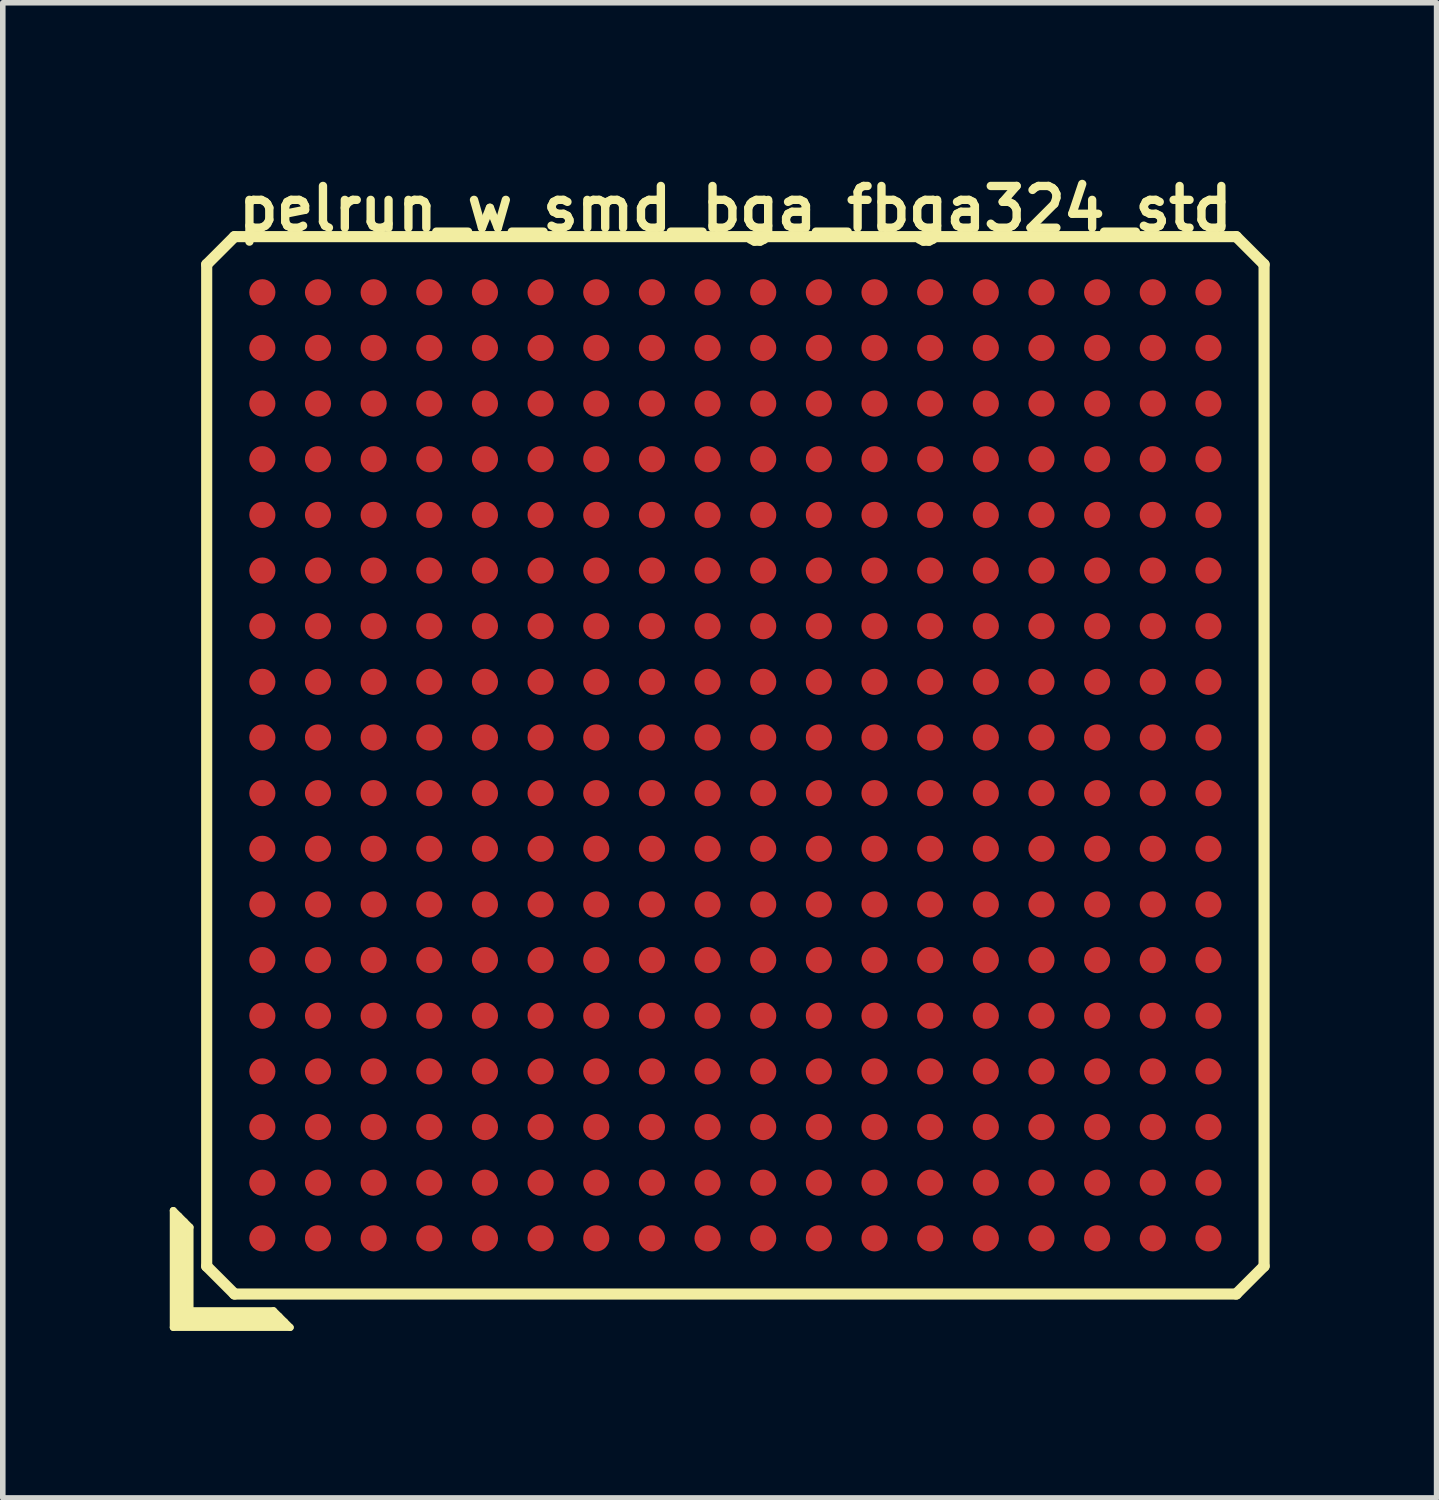
<source format=kicad_pcb>
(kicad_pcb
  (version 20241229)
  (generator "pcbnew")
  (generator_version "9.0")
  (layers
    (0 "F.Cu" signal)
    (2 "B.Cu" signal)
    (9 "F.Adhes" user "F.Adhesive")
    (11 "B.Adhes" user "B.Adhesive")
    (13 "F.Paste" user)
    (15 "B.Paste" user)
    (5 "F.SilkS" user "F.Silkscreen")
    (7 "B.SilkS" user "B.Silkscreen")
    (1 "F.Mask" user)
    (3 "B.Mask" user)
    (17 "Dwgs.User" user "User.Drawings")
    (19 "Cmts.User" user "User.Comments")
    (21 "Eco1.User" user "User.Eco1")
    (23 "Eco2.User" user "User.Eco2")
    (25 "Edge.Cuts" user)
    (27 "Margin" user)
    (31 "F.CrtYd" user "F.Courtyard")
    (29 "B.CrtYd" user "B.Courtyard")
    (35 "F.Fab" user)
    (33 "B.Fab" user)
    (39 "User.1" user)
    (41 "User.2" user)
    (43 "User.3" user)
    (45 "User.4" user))
  (footprint "pelrun_w_smd_bga_fbga324_std"
    (layer "F.Cu")
    (at 10.164 10.702)
    (property "Reference" "pelrun_w_smd_bga_fbga324_std" (at 0 -10 0) (layer "F.SilkS") (effects (font (size 0.75 0.75) (thickness 0.15))))
    (attr through_hole)
    (fp_line (start -10.1 8) (end -10.1 10.1) (stroke (width 0.127) (type solid)) (layer "F.SilkS"))
    (fp_line (start -10.1 10.1) (end -8 10.1) (stroke (width 0.127) (type solid)) (layer "F.SilkS"))
    (fp_line (start -10 10) (end -10 8.1) (stroke (width 0.127) (type solid)) (layer "F.SilkS"))
    (fp_line (start -9.9 8.2) (end -9.9 9.9) (stroke (width 0.127) (type solid)) (layer "F.SilkS"))
    (fp_line (start -9.9 9.9) (end -8.2 9.9) (stroke (width 0.127) (type solid)) (layer "F.SilkS"))
    (fp_line (start -9.8 8.3) (end -10.1 8) (stroke (width 0.127) (type solid)) (layer "F.SilkS"))
    (fp_line (start -9.8 9.8) (end -9.8 8.3) (stroke (width 0.127) (type solid)) (layer "F.SilkS"))
    (fp_line (start -9.5 -9) (end -9.5 9) (stroke (width 0.2) (type solid)) (layer "F.SilkS"))
    (fp_line (start -9.5 -9) (end -9 -9.5) (stroke (width 0.2) (type solid)) (layer "F.SilkS"))
    (fp_line (start -9 9.5) (end -9.5 9) (stroke (width 0.2) (type solid)) (layer "F.SilkS"))
    (fp_line (start -9 9.5) (end 9 9.5) (stroke (width 0.2) (type solid)) (layer "F.SilkS"))
    (fp_line (start -8.3 9.8) (end -9.8 9.8) (stroke (width 0.127) (type solid)) (layer "F.SilkS"))
    (fp_line (start -8.1 10) (end -10 10) (stroke (width 0.127) (type solid)) (layer "F.SilkS"))
    (fp_line (start -8 10.1) (end -8.3 9.8) (stroke (width 0.127) (type solid)) (layer "F.SilkS"))
    (fp_line (start 9 -9.5) (end -9 -9.5) (stroke (width 0.2) (type solid)) (layer "F.SilkS"))
    (fp_line (start 9 -9.5) (end 9.5 -9) (stroke (width 0.2) (type solid)) (layer "F.SilkS"))
    (fp_line (start 9.5 9) (end 9 9.5) (stroke (width 0.2) (type solid)) (layer "F.SilkS"))
    (fp_line (start 9.5 9) (end 9.5 -9) (stroke (width 0.2) (type solid)) (layer "F.SilkS"))
    (pad "A1" smd circle (at -8.5 8.5 90) (size 0.47 0.47) (layers "F.Cu" "F.Mask" "F.Paste"))
    (pad "A2" smd circle (at -8.5 7.5 90) (size 0.47 0.47) (layers "F.Cu" "F.Mask" "F.Paste"))
    (pad "A3" smd circle (at -8.5 6.5 90) (size 0.47 0.47) (layers "F.Cu" "F.Mask" "F.Paste"))
    (pad "A4" smd circle (at -8.5 5.5 90) (size 0.47 0.47) (layers "F.Cu" "F.Mask" "F.Paste"))
    (pad "A5" smd circle (at -8.5 4.5 90) (size 0.47 0.47) (layers "F.Cu" "F.Mask" "F.Paste"))
    (pad "A6" smd circle (at -8.5 3.5 90) (size 0.47 0.47) (layers "F.Cu" "F.Mask" "F.Paste"))
    (pad "A7" smd circle (at -8.5 2.5 90) (size 0.47 0.47) (layers "F.Cu" "F.Mask" "F.Paste"))
    (pad "A8" smd circle (at -8.5 1.5 90) (size 0.47 0.47) (layers "F.Cu" "F.Mask" "F.Paste"))
    (pad "A9" smd circle (at -8.5 0.5 90) (size 0.47 0.47) (layers "F.Cu" "F.Mask" "F.Paste"))
    (pad "A10" smd circle (at -8.5 -0.5 90) (size 0.47 0.47) (layers "F.Cu" "F.Mask" "F.Paste"))
    (pad "A11" smd circle (at -8.5 -1.5 90) (size 0.47 0.47) (layers "F.Cu" "F.Mask" "F.Paste"))
    (pad "A12" smd circle (at -8.5 -2.5 90) (size 0.47 0.47) (layers "F.Cu" "F.Mask" "F.Paste"))
    (pad "A13" smd circle (at -8.5 -3.5 90) (size 0.47 0.47) (layers "F.Cu" "F.Mask" "F.Paste"))
    (pad "A14" smd circle (at -8.5 -4.5 90) (size 0.47 0.47) (layers "F.Cu" "F.Mask" "F.Paste"))
    (pad "A15" smd circle (at -8.5 -5.5 90) (size 0.47 0.47) (layers "F.Cu" "F.Mask" "F.Paste"))
    (pad "A16" smd circle (at -8.5 -6.5 90) (size 0.47 0.47) (layers "F.Cu" "F.Mask" "F.Paste"))
    (pad "A17" smd circle (at -8.5 -7.5 90) (size 0.47 0.47) (layers "F.Cu" "F.Mask" "F.Paste"))
    (pad "A18" smd circle (at -8.5 -8.5 90) (size 0.47 0.47) (layers "F.Cu" "F.Mask" "F.Paste"))
    (pad "B1" smd circle (at -7.5 8.5 90) (size 0.47 0.47) (layers "F.Cu" "F.Mask" "F.Paste"))
    (pad "B2" smd circle (at -7.5 7.5 90) (size 0.47 0.47) (layers "F.Cu" "F.Mask" "F.Paste"))
    (pad "B3" smd circle (at -7.5 6.5 90) (size 0.47 0.47) (layers "F.Cu" "F.Mask" "F.Paste"))
    (pad "B4" smd circle (at -7.5 5.5 90) (size 0.47 0.47) (layers "F.Cu" "F.Mask" "F.Paste"))
    (pad "B5" smd circle (at -7.5 4.5 90) (size 0.47 0.47) (layers "F.Cu" "F.Mask" "F.Paste"))
    (pad "B6" smd circle (at -7.5 3.5 90) (size 0.47 0.47) (layers "F.Cu" "F.Mask" "F.Paste"))
    (pad "B7" smd circle (at -7.5 2.5 90) (size 0.47 0.47) (layers "F.Cu" "F.Mask" "F.Paste"))
    (pad "B8" smd circle (at -7.5 1.5 90) (size 0.47 0.47) (layers "F.Cu" "F.Mask" "F.Paste"))
    (pad "B9" smd circle (at -7.5 0.5 90) (size 0.47 0.47) (layers "F.Cu" "F.Mask" "F.Paste"))
    (pad "B10" smd circle (at -7.5 -0.5 90) (size 0.47 0.47) (layers "F.Cu" "F.Mask" "F.Paste"))
    (pad "B11" smd circle (at -7.5 -1.5 90) (size 0.47 0.47) (layers "F.Cu" "F.Mask" "F.Paste"))
    (pad "B12" smd circle (at -7.5 -2.5 90) (size 0.47 0.47) (layers "F.Cu" "F.Mask" "F.Paste"))
    (pad "B13" smd circle (at -7.5 -3.5 90) (size 0.47 0.47) (layers "F.Cu" "F.Mask" "F.Paste"))
    (pad "B14" smd circle (at -7.5 -4.5 90) (size 0.47 0.47) (layers "F.Cu" "F.Mask" "F.Paste"))
    (pad "B15" smd circle (at -7.5 -5.5 90) (size 0.47 0.47) (layers "F.Cu" "F.Mask" "F.Paste"))
    (pad "B16" smd circle (at -7.5 -6.5 90) (size 0.47 0.47) (layers "F.Cu" "F.Mask" "F.Paste"))
    (pad "B17" smd circle (at -7.5 -7.5 90) (size 0.47 0.47) (layers "F.Cu" "F.Mask" "F.Paste"))
    (pad "B18" smd circle (at -7.5 -8.5 90) (size 0.47 0.47) (layers "F.Cu" "F.Mask" "F.Paste"))
    (pad "C1" smd circle (at -6.5 8.5 90) (size 0.47 0.47) (layers "F.Cu" "F.Mask" "F.Paste"))
    (pad "C2" smd circle (at -6.5 7.5 90) (size 0.47 0.47) (layers "F.Cu" "F.Mask" "F.Paste"))
    (pad "C3" smd circle (at -6.5 6.5 90) (size 0.47 0.47) (layers "F.Cu" "F.Mask" "F.Paste"))
    (pad "C4" smd circle (at -6.5 5.5 90) (size 0.47 0.47) (layers "F.Cu" "F.Mask" "F.Paste"))
    (pad "C5" smd circle (at -6.5 4.5 90) (size 0.47 0.47) (layers "F.Cu" "F.Mask" "F.Paste"))
    (pad "C6" smd circle (at -6.5 3.5 90) (size 0.47 0.47) (layers "F.Cu" "F.Mask" "F.Paste"))
    (pad "C7" smd circle (at -6.5 2.5 90) (size 0.47 0.47) (layers "F.Cu" "F.Mask" "F.Paste"))
    (pad "C8" smd circle (at -6.5 1.5 90) (size 0.47 0.47) (layers "F.Cu" "F.Mask" "F.Paste"))
    (pad "C9" smd circle (at -6.5 0.5 90) (size 0.47 0.47) (layers "F.Cu" "F.Mask" "F.Paste"))
    (pad "C10" smd circle (at -6.5 -0.5 90) (size 0.47 0.47) (layers "F.Cu" "F.Mask" "F.Paste"))
    (pad "C11" smd circle (at -6.5 -1.5 90) (size 0.47 0.47) (layers "F.Cu" "F.Mask" "F.Paste"))
    (pad "C12" smd circle (at -6.5 -2.5 90) (size 0.47 0.47) (layers "F.Cu" "F.Mask" "F.Paste"))
    (pad "C13" smd circle (at -6.5 -3.5 90) (size 0.47 0.47) (layers "F.Cu" "F.Mask" "F.Paste"))
    (pad "C14" smd circle (at -6.5 -4.5 90) (size 0.47 0.47) (layers "F.Cu" "F.Mask" "F.Paste"))
    (pad "C15" smd circle (at -6.5 -5.5 90) (size 0.47 0.47) (layers "F.Cu" "F.Mask" "F.Paste"))
    (pad "C16" smd circle (at -6.5 -6.5 90) (size 0.47 0.47) (layers "F.Cu" "F.Mask" "F.Paste"))
    (pad "C17" smd circle (at -6.5 -7.5 90) (size 0.47 0.47) (layers "F.Cu" "F.Mask" "F.Paste"))
    (pad "C18" smd circle (at -6.5 -8.5 90) (size 0.47 0.47) (layers "F.Cu" "F.Mask" "F.Paste"))
    (pad "D1" smd circle (at -5.5 8.5 90) (size 0.47 0.47) (layers "F.Cu" "F.Mask" "F.Paste"))
    (pad "D2" smd circle (at -5.5 7.5 90) (size 0.47 0.47) (layers "F.Cu" "F.Mask" "F.Paste"))
    (pad "D3" smd circle (at -5.5 6.5 90) (size 0.47 0.47) (layers "F.Cu" "F.Mask" "F.Paste"))
    (pad "D4" smd circle (at -5.5 5.5 90) (size 0.47 0.47) (layers "F.Cu" "F.Mask" "F.Paste"))
    (pad "D5" smd circle (at -5.5 4.5 90) (size 0.47 0.47) (layers "F.Cu" "F.Mask" "F.Paste"))
    (pad "D6" smd circle (at -5.5 3.5 90) (size 0.47 0.47) (layers "F.Cu" "F.Mask" "F.Paste"))
    (pad "D7" smd circle (at -5.5 2.5 90) (size 0.47 0.47) (layers "F.Cu" "F.Mask" "F.Paste"))
    (pad "D8" smd circle (at -5.5 1.5 90) (size 0.47 0.47) (layers "F.Cu" "F.Mask" "F.Paste"))
    (pad "D9" smd circle (at -5.5 0.5 90) (size 0.47 0.47) (layers "F.Cu" "F.Mask" "F.Paste"))
    (pad "D10" smd circle (at -5.5 -0.5 90) (size 0.47 0.47) (layers "F.Cu" "F.Mask" "F.Paste"))
    (pad "D11" smd circle (at -5.5 -1.5 90) (size 0.47 0.47) (layers "F.Cu" "F.Mask" "F.Paste"))
    (pad "D12" smd circle (at -5.5 -2.5 90) (size 0.47 0.47) (layers "F.Cu" "F.Mask" "F.Paste"))
    (pad "D13" smd circle (at -5.5 -3.5 90) (size 0.47 0.47) (layers "F.Cu" "F.Mask" "F.Paste"))
    (pad "D14" smd circle (at -5.5 -4.5 90) (size 0.47 0.47) (layers "F.Cu" "F.Mask" "F.Paste"))
    (pad "D15" smd circle (at -5.5 -5.5 90) (size 0.47 0.47) (layers "F.Cu" "F.Mask" "F.Paste"))
    (pad "D16" smd circle (at -5.5 -6.5 90) (size 0.47 0.47) (layers "F.Cu" "F.Mask" "F.Paste"))
    (pad "D17" smd circle (at -5.5 -7.5 90) (size 0.47 0.47) (layers "F.Cu" "F.Mask" "F.Paste"))
    (pad "D18" smd circle (at -5.5 -8.5 90) (size 0.47 0.47) (layers "F.Cu" "F.Mask" "F.Paste"))
    (pad "E1" smd circle (at -4.5 8.5 90) (size 0.47 0.47) (layers "F.Cu" "F.Mask" "F.Paste"))
    (pad "E2" smd circle (at -4.5 7.5 90) (size 0.47 0.47) (layers "F.Cu" "F.Mask" "F.Paste"))
    (pad "E3" smd circle (at -4.5 6.5 90) (size 0.47 0.47) (layers "F.Cu" "F.Mask" "F.Paste"))
    (pad "E4" smd circle (at -4.5 5.5 90) (size 0.47 0.47) (layers "F.Cu" "F.Mask" "F.Paste"))
    (pad "E5" smd circle (at -4.5 4.5 90) (size 0.47 0.47) (layers "F.Cu" "F.Mask" "F.Paste"))
    (pad "E6" smd circle (at -4.5 3.5 90) (size 0.47 0.47) (layers "F.Cu" "F.Mask" "F.Paste"))
    (pad "E7" smd circle (at -4.5 2.5 90) (size 0.47 0.47) (layers "F.Cu" "F.Mask" "F.Paste"))
    (pad "E8" smd circle (at -4.5 1.5 90) (size 0.47 0.47) (layers "F.Cu" "F.Mask" "F.Paste"))
    (pad "E9" smd circle (at -4.5 0.5 90) (size 0.47 0.47) (layers "F.Cu" "F.Mask" "F.Paste"))
    (pad "E10" smd circle (at -4.5 -0.5 90) (size 0.47 0.47) (layers "F.Cu" "F.Mask" "F.Paste"))
    (pad "E11" smd circle (at -4.5 -1.5 90) (size 0.47 0.47) (layers "F.Cu" "F.Mask" "F.Paste"))
    (pad "E12" smd circle (at -4.5 -2.5 90) (size 0.47 0.47) (layers "F.Cu" "F.Mask" "F.Paste"))
    (pad "E13" smd circle (at -4.5 -3.5 90) (size 0.47 0.47) (layers "F.Cu" "F.Mask" "F.Paste"))
    (pad "E14" smd circle (at -4.5 -4.5 90) (size 0.47 0.47) (layers "F.Cu" "F.Mask" "F.Paste"))
    (pad "E15" smd circle (at -4.5 -5.5 90) (size 0.47 0.47) (layers "F.Cu" "F.Mask" "F.Paste"))
    (pad "E16" smd circle (at -4.5 -6.5 90) (size 0.47 0.47) (layers "F.Cu" "F.Mask" "F.Paste"))
    (pad "E17" smd circle (at -4.5 -7.5 90) (size 0.47 0.47) (layers "F.Cu" "F.Mask" "F.Paste"))
    (pad "E18" smd circle (at -4.5 -8.5 90) (size 0.47 0.47) (layers "F.Cu" "F.Mask" "F.Paste"))
    (pad "F1" smd circle (at -3.5 8.5 90) (size 0.47 0.47) (layers "F.Cu" "F.Mask" "F.Paste"))
    (pad "F2" smd circle (at -3.5 7.5 90) (size 0.47 0.47) (layers "F.Cu" "F.Mask" "F.Paste"))
    (pad "F3" smd circle (at -3.5 6.5 90) (size 0.47 0.47) (layers "F.Cu" "F.Mask" "F.Paste"))
    (pad "F4" smd circle (at -3.5 5.5 90) (size 0.47 0.47) (layers "F.Cu" "F.Mask" "F.Paste"))
    (pad "F5" smd circle (at -3.5 4.5 90) (size 0.47 0.47) (layers "F.Cu" "F.Mask" "F.Paste"))
    (pad "F6" smd circle (at -3.5 3.5 90) (size 0.47 0.47) (layers "F.Cu" "F.Mask" "F.Paste"))
    (pad "F7" smd circle (at -3.5 2.5 90) (size 0.47 0.47) (layers "F.Cu" "F.Mask" "F.Paste"))
    (pad "F8" smd circle (at -3.5 1.5 90) (size 0.47 0.47) (layers "F.Cu" "F.Mask" "F.Paste"))
    (pad "F9" smd circle (at -3.5 0.5 90) (size 0.47 0.47) (layers "F.Cu" "F.Mask" "F.Paste"))
    (pad "F10" smd circle (at -3.5 -0.5 90) (size 0.47 0.47) (layers "F.Cu" "F.Mask" "F.Paste"))
    (pad "F11" smd circle (at -3.5 -1.5 90) (size 0.47 0.47) (layers "F.Cu" "F.Mask" "F.Paste"))
    (pad "F12" smd circle (at -3.5 -2.5 90) (size 0.47 0.47) (layers "F.Cu" "F.Mask" "F.Paste"))
    (pad "F13" smd circle (at -3.5 -3.5 90) (size 0.47 0.47) (layers "F.Cu" "F.Mask" "F.Paste"))
    (pad "F14" smd circle (at -3.5 -4.5 90) (size 0.47 0.47) (layers "F.Cu" "F.Mask" "F.Paste"))
    (pad "F15" smd circle (at -3.5 -5.5 90) (size 0.47 0.47) (layers "F.Cu" "F.Mask" "F.Paste"))
    (pad "F16" smd circle (at -3.5 -6.5 90) (size 0.47 0.47) (layers "F.Cu" "F.Mask" "F.Paste"))
    (pad "F17" smd circle (at -3.5 -7.5 90) (size 0.47 0.47) (layers "F.Cu" "F.Mask" "F.Paste"))
    (pad "F18" smd circle (at -3.5 -8.5 90) (size 0.47 0.47) (layers "F.Cu" "F.Mask" "F.Paste"))
    (pad "G1" smd circle (at -2.5 8.5 90) (size 0.47 0.47) (layers "F.Cu" "F.Mask" "F.Paste"))
    (pad "G2" smd circle (at -2.5 7.5 90) (size 0.47 0.47) (layers "F.Cu" "F.Mask" "F.Paste"))
    (pad "G3" smd circle (at -2.5 6.5 90) (size 0.47 0.47) (layers "F.Cu" "F.Mask" "F.Paste"))
    (pad "G4" smd circle (at -2.5 5.5 90) (size 0.47 0.47) (layers "F.Cu" "F.Mask" "F.Paste"))
    (pad "G5" smd circle (at -2.5 4.5 90) (size 0.47 0.47) (layers "F.Cu" "F.Mask" "F.Paste"))
    (pad "G6" smd circle (at -2.5 3.5 90) (size 0.47 0.47) (layers "F.Cu" "F.Mask" "F.Paste"))
    (pad "G7" smd circle (at -2.5 2.5 90) (size 0.47 0.47) (layers "F.Cu" "F.Mask" "F.Paste"))
    (pad "G8" smd circle (at -2.5 1.5 90) (size 0.47 0.47) (layers "F.Cu" "F.Mask" "F.Paste"))
    (pad "G9" smd circle (at -2.5 0.5 90) (size 0.47 0.47) (layers "F.Cu" "F.Mask" "F.Paste"))
    (pad "G10" smd circle (at -2.5 -0.5 90) (size 0.47 0.47) (layers "F.Cu" "F.Mask" "F.Paste"))
    (pad "G11" smd circle (at -2.5 -1.5 90) (size 0.47 0.47) (layers "F.Cu" "F.Mask" "F.Paste"))
    (pad "G12" smd circle (at -2.5 -2.5 90) (size 0.47 0.47) (layers "F.Cu" "F.Mask" "F.Paste"))
    (pad "G13" smd circle (at -2.5 -3.5 90) (size 0.47 0.47) (layers "F.Cu" "F.Mask" "F.Paste"))
    (pad "G14" smd circle (at -2.5 -4.5 90) (size 0.47 0.47) (layers "F.Cu" "F.Mask" "F.Paste"))
    (pad "G15" smd circle (at -2.5 -5.5 90) (size 0.47 0.47) (layers "F.Cu" "F.Mask" "F.Paste"))
    (pad "G16" smd circle (at -2.5 -6.5 90) (size 0.47 0.47) (layers "F.Cu" "F.Mask" "F.Paste"))
    (pad "G17" smd circle (at -2.5 -7.5 90) (size 0.47 0.47) (layers "F.Cu" "F.Mask" "F.Paste"))
    (pad "G18" smd circle (at -2.5 -8.5 90) (size 0.47 0.47) (layers "F.Cu" "F.Mask" "F.Paste"))
    (pad "H1" smd circle (at -1.5 8.5 90) (size 0.47 0.47) (layers "F.Cu" "F.Mask" "F.Paste"))
    (pad "H2" smd circle (at -1.5 7.5 90) (size 0.47 0.47) (layers "F.Cu" "F.Mask" "F.Paste"))
    (pad "H3" smd circle (at -1.5 6.5 90) (size 0.47 0.47) (layers "F.Cu" "F.Mask" "F.Paste"))
    (pad "H4" smd circle (at -1.5 5.5 90) (size 0.47 0.47) (layers "F.Cu" "F.Mask" "F.Paste"))
    (pad "H5" smd circle (at -1.5 4.5 90) (size 0.47 0.47) (layers "F.Cu" "F.Mask" "F.Paste"))
    (pad "H6" smd circle (at -1.5 3.5 90) (size 0.47 0.47) (layers "F.Cu" "F.Mask" "F.Paste"))
    (pad "H7" smd circle (at -1.5 2.5 90) (size 0.47 0.47) (layers "F.Cu" "F.Mask" "F.Paste"))
    (pad "H8" smd circle (at -1.5 1.5 90) (size 0.47 0.47) (layers "F.Cu" "F.Mask" "F.Paste"))
    (pad "H9" smd circle (at -1.5 0.5 90) (size 0.47 0.47) (layers "F.Cu" "F.Mask" "F.Paste"))
    (pad "H10" smd circle (at -1.5 -0.5 90) (size 0.47 0.47) (layers "F.Cu" "F.Mask" "F.Paste"))
    (pad "H11" smd circle (at -1.5 -1.5 90) (size 0.47 0.47) (layers "F.Cu" "F.Mask" "F.Paste"))
    (pad "H12" smd circle (at -1.5 -2.5 90) (size 0.47 0.47) (layers "F.Cu" "F.Mask" "F.Paste"))
    (pad "H13" smd circle (at -1.5 -3.5 90) (size 0.47 0.47) (layers "F.Cu" "F.Mask" "F.Paste"))
    (pad "H14" smd circle (at -1.5 -4.5 90) (size 0.47 0.47) (layers "F.Cu" "F.Mask" "F.Paste"))
    (pad "H15" smd circle (at -1.5 -5.5 90) (size 0.47 0.47) (layers "F.Cu" "F.Mask" "F.Paste"))
    (pad "H16" smd circle (at -1.5 -6.5 90) (size 0.47 0.47) (layers "F.Cu" "F.Mask" "F.Paste"))
    (pad "H17" smd circle (at -1.5 -7.5 90) (size 0.47 0.47) (layers "F.Cu" "F.Mask" "F.Paste"))
    (pad "H18" smd circle (at -1.5 -8.5 90) (size 0.47 0.47) (layers "F.Cu" "F.Mask" "F.Paste"))
    (pad "J1" smd circle (at -0.5 8.5 90) (size 0.47 0.47) (layers "F.Cu" "F.Mask" "F.Paste"))
    (pad "J2" smd circle (at -0.5 7.5 90) (size 0.47 0.47) (layers "F.Cu" "F.Mask" "F.Paste"))
    (pad "J3" smd circle (at -0.5 6.5 90) (size 0.47 0.47) (layers "F.Cu" "F.Mask" "F.Paste"))
    (pad "J4" smd circle (at -0.5 5.5 90) (size 0.47 0.47) (layers "F.Cu" "F.Mask" "F.Paste"))
    (pad "J5" smd circle (at -0.5 4.5 90) (size 0.47 0.47) (layers "F.Cu" "F.Mask" "F.Paste"))
    (pad "J6" smd circle (at -0.5 3.5 90) (size 0.47 0.47) (layers "F.Cu" "F.Mask" "F.Paste"))
    (pad "J7" smd circle (at -0.5 2.5 90) (size 0.47 0.47) (layers "F.Cu" "F.Mask" "F.Paste"))
    (pad "J8" smd circle (at -0.5 1.5 90) (size 0.47 0.47) (layers "F.Cu" "F.Mask" "F.Paste"))
    (pad "J9" smd circle (at -0.5 0.5 90) (size 0.47 0.47) (layers "F.Cu" "F.Mask" "F.Paste"))
    (pad "J10" smd circle (at -0.5 -0.5 90) (size 0.47 0.47) (layers "F.Cu" "F.Mask" "F.Paste"))
    (pad "J11" smd circle (at -0.5 -1.5 90) (size 0.47 0.47) (layers "F.Cu" "F.Mask" "F.Paste"))
    (pad "J12" smd circle (at -0.5 -2.5 90) (size 0.47 0.47) (layers "F.Cu" "F.Mask" "F.Paste"))
    (pad "J13" smd circle (at -0.5 -3.5 90) (size 0.47 0.47) (layers "F.Cu" "F.Mask" "F.Paste"))
    (pad "J14" smd circle (at -0.5 -4.5 90) (size 0.47 0.47) (layers "F.Cu" "F.Mask" "F.Paste"))
    (pad "J15" smd circle (at -0.5 -5.5 90) (size 0.47 0.47) (layers "F.Cu" "F.Mask" "F.Paste"))
    (pad "J16" smd circle (at -0.5 -6.5 90) (size 0.47 0.47) (layers "F.Cu" "F.Mask" "F.Paste"))
    (pad "J17" smd circle (at -0.5 -7.5 90) (size 0.47 0.47) (layers "F.Cu" "F.Mask" "F.Paste"))
    (pad "J18" smd circle (at -0.5 -8.5 90) (size 0.47 0.47) (layers "F.Cu" "F.Mask" "F.Paste"))
    (pad "K1" smd circle (at 0.5 8.5 90) (size 0.47 0.47) (layers "F.Cu" "F.Mask" "F.Paste"))
    (pad "K2" smd circle (at 0.5 7.5 90) (size 0.47 0.47) (layers "F.Cu" "F.Mask" "F.Paste"))
    (pad "K3" smd circle (at 0.5 6.5 90) (size 0.47 0.47) (layers "F.Cu" "F.Mask" "F.Paste"))
    (pad "K4" smd circle (at 0.5 5.5 90) (size 0.47 0.47) (layers "F.Cu" "F.Mask" "F.Paste"))
    (pad "K5" smd circle (at 0.5 4.5 90) (size 0.47 0.47) (layers "F.Cu" "F.Mask" "F.Paste"))
    (pad "K6" smd circle (at 0.5 3.5 90) (size 0.47 0.47) (layers "F.Cu" "F.Mask" "F.Paste"))
    (pad "K7" smd circle (at 0.5 2.5 90) (size 0.47 0.47) (layers "F.Cu" "F.Mask" "F.Paste"))
    (pad "K8" smd circle (at 0.5 1.5 90) (size 0.47 0.47) (layers "F.Cu" "F.Mask" "F.Paste"))
    (pad "K9" smd circle (at 0.5 0.5 90) (size 0.47 0.47) (layers "F.Cu" "F.Mask" "F.Paste"))
    (pad "K10" smd circle (at 0.5 -0.5 90) (size 0.47 0.47) (layers "F.Cu" "F.Mask" "F.Paste"))
    (pad "K11" smd circle (at 0.5 -1.5 90) (size 0.47 0.47) (layers "F.Cu" "F.Mask" "F.Paste"))
    (pad "K12" smd circle (at 0.5 -2.5 90) (size 0.47 0.47) (layers "F.Cu" "F.Mask" "F.Paste"))
    (pad "K13" smd circle (at 0.5 -3.5 90) (size 0.47 0.47) (layers "F.Cu" "F.Mask" "F.Paste"))
    (pad "K14" smd circle (at 0.5 -4.5 90) (size 0.47 0.47) (layers "F.Cu" "F.Mask" "F.Paste"))
    (pad "K15" smd circle (at 0.5 -5.5 90) (size 0.47 0.47) (layers "F.Cu" "F.Mask" "F.Paste"))
    (pad "K16" smd circle (at 0.5 -6.5 90) (size 0.47 0.47) (layers "F.Cu" "F.Mask" "F.Paste"))
    (pad "K17" smd circle (at 0.5 -7.5 90) (size 0.47 0.47) (layers "F.Cu" "F.Mask" "F.Paste"))
    (pad "K18" smd circle (at 0.5 -8.5 90) (size 0.47 0.47) (layers "F.Cu" "F.Mask" "F.Paste"))
    (pad "L1" smd circle (at 1.5 8.5 90) (size 0.47 0.47) (layers "F.Cu" "F.Mask" "F.Paste"))
    (pad "L2" smd circle (at 1.5 7.5 90) (size 0.47 0.47) (layers "F.Cu" "F.Mask" "F.Paste"))
    (pad "L3" smd circle (at 1.5 6.5 90) (size 0.47 0.47) (layers "F.Cu" "F.Mask" "F.Paste"))
    (pad "L4" smd circle (at 1.5 5.5 90) (size 0.47 0.47) (layers "F.Cu" "F.Mask" "F.Paste"))
    (pad "L5" smd circle (at 1.5 4.5 90) (size 0.47 0.47) (layers "F.Cu" "F.Mask" "F.Paste"))
    (pad "L6" smd circle (at 1.5 3.5 90) (size 0.47 0.47) (layers "F.Cu" "F.Mask" "F.Paste"))
    (pad "L7" smd circle (at 1.5 2.5 90) (size 0.47 0.47) (layers "F.Cu" "F.Mask" "F.Paste"))
    (pad "L8" smd circle (at 1.5 1.5 90) (size 0.47 0.47) (layers "F.Cu" "F.Mask" "F.Paste"))
    (pad "L9" smd circle (at 1.5 0.5 90) (size 0.47 0.47) (layers "F.Cu" "F.Mask" "F.Paste"))
    (pad "L10" smd circle (at 1.5 -0.5 90) (size 0.47 0.47) (layers "F.Cu" "F.Mask" "F.Paste"))
    (pad "L11" smd circle (at 1.5 -1.5 90) (size 0.47 0.47) (layers "F.Cu" "F.Mask" "F.Paste"))
    (pad "L12" smd circle (at 1.5 -2.5 90) (size 0.47 0.47) (layers "F.Cu" "F.Mask" "F.Paste"))
    (pad "L13" smd circle (at 1.5 -3.5 90) (size 0.47 0.47) (layers "F.Cu" "F.Mask" "F.Paste"))
    (pad "L14" smd circle (at 1.5 -4.5 90) (size 0.47 0.47) (layers "F.Cu" "F.Mask" "F.Paste"))
    (pad "L15" smd circle (at 1.5 -5.5 90) (size 0.47 0.47) (layers "F.Cu" "F.Mask" "F.Paste"))
    (pad "L16" smd circle (at 1.5 -6.5 90) (size 0.47 0.47) (layers "F.Cu" "F.Mask" "F.Paste"))
    (pad "L17" smd circle (at 1.5 -7.5 90) (size 0.47 0.47) (layers "F.Cu" "F.Mask" "F.Paste"))
    (pad "L18" smd circle (at 1.5 -8.5 90) (size 0.47 0.47) (layers "F.Cu" "F.Mask" "F.Paste"))
    (pad "M1" smd circle (at 2.5 8.5 90) (size 0.47 0.47) (layers "F.Cu" "F.Mask" "F.Paste"))
    (pad "M2" smd circle (at 2.5 7.5 90) (size 0.47 0.47) (layers "F.Cu" "F.Mask" "F.Paste"))
    (pad "M3" smd circle (at 2.5 6.5 90) (size 0.47 0.47) (layers "F.Cu" "F.Mask" "F.Paste"))
    (pad "M4" smd circle (at 2.5 5.5 90) (size 0.47 0.47) (layers "F.Cu" "F.Mask" "F.Paste"))
    (pad "M5" smd circle (at 2.5 4.5 90) (size 0.47 0.47) (layers "F.Cu" "F.Mask" "F.Paste"))
    (pad "M6" smd circle (at 2.5 3.5 90) (size 0.47 0.47) (layers "F.Cu" "F.Mask" "F.Paste"))
    (pad "M7" smd circle (at 2.5 2.5 90) (size 0.47 0.47) (layers "F.Cu" "F.Mask" "F.Paste"))
    (pad "M8" smd circle (at 2.5 1.5 90) (size 0.47 0.47) (layers "F.Cu" "F.Mask" "F.Paste"))
    (pad "M9" smd circle (at 2.5 0.5 90) (size 0.47 0.47) (layers "F.Cu" "F.Mask" "F.Paste"))
    (pad "M10" smd circle (at 2.5 -0.5 90) (size 0.47 0.47) (layers "F.Cu" "F.Mask" "F.Paste"))
    (pad "M11" smd circle (at 2.5 -1.5 90) (size 0.47 0.47) (layers "F.Cu" "F.Mask" "F.Paste"))
    (pad "M12" smd circle (at 2.5 -2.5 90) (size 0.47 0.47) (layers "F.Cu" "F.Mask" "F.Paste"))
    (pad "M13" smd circle (at 2.5 -3.5 90) (size 0.47 0.47) (layers "F.Cu" "F.Mask" "F.Paste"))
    (pad "M14" smd circle (at 2.5 -4.5 90) (size 0.47 0.47) (layers "F.Cu" "F.Mask" "F.Paste"))
    (pad "M15" smd circle (at 2.5 -5.5 90) (size 0.47 0.47) (layers "F.Cu" "F.Mask" "F.Paste"))
    (pad "M16" smd circle (at 2.5 -6.5 90) (size 0.47 0.47) (layers "F.Cu" "F.Mask" "F.Paste"))
    (pad "M17" smd circle (at 2.5 -7.5 90) (size 0.47 0.47) (layers "F.Cu" "F.Mask" "F.Paste"))
    (pad "M18" smd circle (at 2.5 -8.5 90) (size 0.47 0.47) (layers "F.Cu" "F.Mask" "F.Paste"))
    (pad "N1" smd circle (at 3.5 8.5 90) (size 0.47 0.47) (layers "F.Cu" "F.Mask" "F.Paste"))
    (pad "N2" smd circle (at 3.5 7.5 90) (size 0.47 0.47) (layers "F.Cu" "F.Mask" "F.Paste"))
    (pad "N3" smd circle (at 3.5 6.5 90) (size 0.47 0.47) (layers "F.Cu" "F.Mask" "F.Paste"))
    (pad "N4" smd circle (at 3.5 5.5 90) (size 0.47 0.47) (layers "F.Cu" "F.Mask" "F.Paste"))
    (pad "N5" smd circle (at 3.5 4.5 90) (size 0.47 0.47) (layers "F.Cu" "F.Mask" "F.Paste"))
    (pad "N6" smd circle (at 3.5 3.5 90) (size 0.47 0.47) (layers "F.Cu" "F.Mask" "F.Paste"))
    (pad "N7" smd circle (at 3.5 2.5 90) (size 0.47 0.47) (layers "F.Cu" "F.Mask" "F.Paste"))
    (pad "N8" smd circle (at 3.5 1.5 90) (size 0.47 0.47) (layers "F.Cu" "F.Mask" "F.Paste"))
    (pad "N9" smd circle (at 3.5 0.5 90) (size 0.47 0.47) (layers "F.Cu" "F.Mask" "F.Paste"))
    (pad "N10" smd circle (at 3.5 -0.5 90) (size 0.47 0.47) (layers "F.Cu" "F.Mask" "F.Paste"))
    (pad "N11" smd circle (at 3.5 -1.5 90) (size 0.47 0.47) (layers "F.Cu" "F.Mask" "F.Paste"))
    (pad "N12" smd circle (at 3.5 -2.5 90) (size 0.47 0.47) (layers "F.Cu" "F.Mask" "F.Paste"))
    (pad "N13" smd circle (at 3.5 -3.5 90) (size 0.47 0.47) (layers "F.Cu" "F.Mask" "F.Paste"))
    (pad "N14" smd circle (at 3.5 -4.5 90) (size 0.47 0.47) (layers "F.Cu" "F.Mask" "F.Paste"))
    (pad "N15" smd circle (at 3.5 -5.5 90) (size 0.47 0.47) (layers "F.Cu" "F.Mask" "F.Paste"))
    (pad "N16" smd circle (at 3.5 -6.5 90) (size 0.47 0.47) (layers "F.Cu" "F.Mask" "F.Paste"))
    (pad "N17" smd circle (at 3.5 -7.5 90) (size 0.47 0.47) (layers "F.Cu" "F.Mask" "F.Paste"))
    (pad "N18" smd circle (at 3.5 -8.5 90) (size 0.47 0.47) (layers "F.Cu" "F.Mask" "F.Paste"))
    (pad "P1" smd circle (at 4.5 8.5 90) (size 0.47 0.47) (layers "F.Cu" "F.Mask" "F.Paste"))
    (pad "P2" smd circle (at 4.5 7.5 90) (size 0.47 0.47) (layers "F.Cu" "F.Mask" "F.Paste"))
    (pad "P3" smd circle (at 4.5 6.5 90) (size 0.47 0.47) (layers "F.Cu" "F.Mask" "F.Paste"))
    (pad "P4" smd circle (at 4.5 5.5 90) (size 0.47 0.47) (layers "F.Cu" "F.Mask" "F.Paste"))
    (pad "P5" smd circle (at 4.5 4.5 90) (size 0.47 0.47) (layers "F.Cu" "F.Mask" "F.Paste"))
    (pad "P6" smd circle (at 4.5 3.5 90) (size 0.47 0.47) (layers "F.Cu" "F.Mask" "F.Paste"))
    (pad "P7" smd circle (at 4.5 2.5 90) (size 0.47 0.47) (layers "F.Cu" "F.Mask" "F.Paste"))
    (pad "P8" smd circle (at 4.5 1.5 90) (size 0.47 0.47) (layers "F.Cu" "F.Mask" "F.Paste"))
    (pad "P9" smd circle (at 4.5 0.5 90) (size 0.47 0.47) (layers "F.Cu" "F.Mask" "F.Paste"))
    (pad "P10" smd circle (at 4.5 -0.5 90) (size 0.47 0.47) (layers "F.Cu" "F.Mask" "F.Paste"))
    (pad "P11" smd circle (at 4.5 -1.5 90) (size 0.47 0.47) (layers "F.Cu" "F.Mask" "F.Paste"))
    (pad "P12" smd circle (at 4.5 -2.5 90) (size 0.47 0.47) (layers "F.Cu" "F.Mask" "F.Paste"))
    (pad "P13" smd circle (at 4.5 -3.5 90) (size 0.47 0.47) (layers "F.Cu" "F.Mask" "F.Paste"))
    (pad "P14" smd circle (at 4.5 -4.5 90) (size 0.47 0.47) (layers "F.Cu" "F.Mask" "F.Paste"))
    (pad "P15" smd circle (at 4.5 -5.5 90) (size 0.47 0.47) (layers "F.Cu" "F.Mask" "F.Paste"))
    (pad "P16" smd circle (at 4.5 -6.5 90) (size 0.47 0.47) (layers "F.Cu" "F.Mask" "F.Paste"))
    (pad "P17" smd circle (at 4.5 -7.5 90) (size 0.47 0.47) (layers "F.Cu" "F.Mask" "F.Paste"))
    (pad "P18" smd circle (at 4.5 -8.5 90) (size 0.47 0.47) (layers "F.Cu" "F.Mask" "F.Paste"))
    (pad "R1" smd circle (at 5.5 8.5 90) (size 0.47 0.47) (layers "F.Cu" "F.Mask" "F.Paste"))
    (pad "R2" smd circle (at 5.5 7.5 90) (size 0.47 0.47) (layers "F.Cu" "F.Mask" "F.Paste"))
    (pad "R3" smd circle (at 5.5 6.5 90) (size 0.47 0.47) (layers "F.Cu" "F.Mask" "F.Paste"))
    (pad "R4" smd circle (at 5.5 5.5 90) (size 0.47 0.47) (layers "F.Cu" "F.Mask" "F.Paste"))
    (pad "R5" smd circle (at 5.5 4.5 90) (size 0.47 0.47) (layers "F.Cu" "F.Mask" "F.Paste"))
    (pad "R6" smd circle (at 5.5 3.5 90) (size 0.47 0.47) (layers "F.Cu" "F.Mask" "F.Paste"))
    (pad "R7" smd circle (at 5.5 2.5 90) (size 0.47 0.47) (layers "F.Cu" "F.Mask" "F.Paste"))
    (pad "R8" smd circle (at 5.5 1.5 90) (size 0.47 0.47) (layers "F.Cu" "F.Mask" "F.Paste"))
    (pad "R9" smd circle (at 5.5 0.5 90) (size 0.47 0.47) (layers "F.Cu" "F.Mask" "F.Paste"))
    (pad "R10" smd circle (at 5.5 -0.5 90) (size 0.47 0.47) (layers "F.Cu" "F.Mask" "F.Paste"))
    (pad "R11" smd circle (at 5.5 -1.5 90) (size 0.47 0.47) (layers "F.Cu" "F.Mask" "F.Paste"))
    (pad "R12" smd circle (at 5.5 -2.5 90) (size 0.47 0.47) (layers "F.Cu" "F.Mask" "F.Paste"))
    (pad "R13" smd circle (at 5.5 -3.5 90) (size 0.47 0.47) (layers "F.Cu" "F.Mask" "F.Paste"))
    (pad "R14" smd circle (at 5.5 -4.5 90) (size 0.47 0.47) (layers "F.Cu" "F.Mask" "F.Paste"))
    (pad "R15" smd circle (at 5.5 -5.5 90) (size 0.47 0.47) (layers "F.Cu" "F.Mask" "F.Paste"))
    (pad "R16" smd circle (at 5.5 -6.5 90) (size 0.47 0.47) (layers "F.Cu" "F.Mask" "F.Paste"))
    (pad "R17" smd circle (at 5.5 -7.5 90) (size 0.47 0.47) (layers "F.Cu" "F.Mask" "F.Paste"))
    (pad "R18" smd circle (at 5.5 -8.5 90) (size 0.47 0.47) (layers "F.Cu" "F.Mask" "F.Paste"))
    (pad "T1" smd circle (at 6.5 8.5 90) (size 0.47 0.47) (layers "F.Cu" "F.Mask" "F.Paste"))
    (pad "T2" smd circle (at 6.5 7.5 90) (size 0.47 0.47) (layers "F.Cu" "F.Mask" "F.Paste"))
    (pad "T3" smd circle (at 6.5 6.5 90) (size 0.47 0.47) (layers "F.Cu" "F.Mask" "F.Paste"))
    (pad "T4" smd circle (at 6.5 5.5 90) (size 0.47 0.47) (layers "F.Cu" "F.Mask" "F.Paste"))
    (pad "T5" smd circle (at 6.5 4.5 90) (size 0.47 0.47) (layers "F.Cu" "F.Mask" "F.Paste"))
    (pad "T6" smd circle (at 6.5 3.5 90) (size 0.47 0.47) (layers "F.Cu" "F.Mask" "F.Paste"))
    (pad "T7" smd circle (at 6.5 2.5 90) (size 0.47 0.47) (layers "F.Cu" "F.Mask" "F.Paste"))
    (pad "T8" smd circle (at 6.5 1.5 90) (size 0.47 0.47) (layers "F.Cu" "F.Mask" "F.Paste"))
    (pad "T9" smd circle (at 6.5 0.5 90) (size 0.47 0.47) (layers "F.Cu" "F.Mask" "F.Paste"))
    (pad "T10" smd circle (at 6.5 -0.5 90) (size 0.47 0.47) (layers "F.Cu" "F.Mask" "F.Paste"))
    (pad "T11" smd circle (at 6.5 -1.5 90) (size 0.47 0.47) (layers "F.Cu" "F.Mask" "F.Paste"))
    (pad "T12" smd circle (at 6.5 -2.5 90) (size 0.47 0.47) (layers "F.Cu" "F.Mask" "F.Paste"))
    (pad "T13" smd circle (at 6.5 -3.5 90) (size 0.47 0.47) (layers "F.Cu" "F.Mask" "F.Paste"))
    (pad "T14" smd circle (at 6.5 -4.5 90) (size 0.47 0.47) (layers "F.Cu" "F.Mask" "F.Paste"))
    (pad "T15" smd circle (at 6.5 -5.5 90) (size 0.47 0.47) (layers "F.Cu" "F.Mask" "F.Paste"))
    (pad "T16" smd circle (at 6.5 -6.5 90) (size 0.47 0.47) (layers "F.Cu" "F.Mask" "F.Paste"))
    (pad "T17" smd circle (at 6.5 -7.5 90) (size 0.47 0.47) (layers "F.Cu" "F.Mask" "F.Paste"))
    (pad "T18" smd circle (at 6.5 -8.5 90) (size 0.47 0.47) (layers "F.Cu" "F.Mask" "F.Paste"))
    (pad "U1" smd circle (at 7.5 8.5 90) (size 0.47 0.47) (layers "F.Cu" "F.Mask" "F.Paste"))
    (pad "U2" smd circle (at 7.5 7.5 90) (size 0.47 0.47) (layers "F.Cu" "F.Mask" "F.Paste"))
    (pad "U3" smd circle (at 7.5 6.5 90) (size 0.47 0.47) (layers "F.Cu" "F.Mask" "F.Paste"))
    (pad "U4" smd circle (at 7.5 5.5 90) (size 0.47 0.47) (layers "F.Cu" "F.Mask" "F.Paste"))
    (pad "U5" smd circle (at 7.5 4.5 90) (size 0.47 0.47) (layers "F.Cu" "F.Mask" "F.Paste"))
    (pad "U6" smd circle (at 7.5 3.5 90) (size 0.47 0.47) (layers "F.Cu" "F.Mask" "F.Paste"))
    (pad "U7" smd circle (at 7.5 2.5 90) (size 0.47 0.47) (layers "F.Cu" "F.Mask" "F.Paste"))
    (pad "U8" smd circle (at 7.5 1.5 90) (size 0.47 0.47) (layers "F.Cu" "F.Mask" "F.Paste"))
    (pad "U9" smd circle (at 7.5 0.5 90) (size 0.47 0.47) (layers "F.Cu" "F.Mask" "F.Paste"))
    (pad "U10" smd circle (at 7.5 -0.5 90) (size 0.47 0.47) (layers "F.Cu" "F.Mask" "F.Paste"))
    (pad "U11" smd circle (at 7.5 -1.5 90) (size 0.47 0.47) (layers "F.Cu" "F.Mask" "F.Paste"))
    (pad "U12" smd circle (at 7.5 -2.5 90) (size 0.47 0.47) (layers "F.Cu" "F.Mask" "F.Paste"))
    (pad "U13" smd circle (at 7.5 -3.5 90) (size 0.47 0.47) (layers "F.Cu" "F.Mask" "F.Paste"))
    (pad "U14" smd circle (at 7.5 -4.5 90) (size 0.47 0.47) (layers "F.Cu" "F.Mask" "F.Paste"))
    (pad "U15" smd circle (at 7.5 -5.5 90) (size 0.47 0.47) (layers "F.Cu" "F.Mask" "F.Paste"))
    (pad "U16" smd circle (at 7.5 -6.5 90) (size 0.47 0.47) (layers "F.Cu" "F.Mask" "F.Paste"))
    (pad "U17" smd circle (at 7.5 -7.5 90) (size 0.47 0.47) (layers "F.Cu" "F.Mask" "F.Paste"))
    (pad "U18" smd circle (at 7.5 -8.5 90) (size 0.47 0.47) (layers "F.Cu" "F.Mask" "F.Paste"))
    (pad "V1" smd circle (at 8.5 8.5 90) (size 0.47 0.47) (layers "F.Cu" "F.Mask" "F.Paste"))
    (pad "V2" smd circle (at 8.5 7.5 90) (size 0.47 0.47) (layers "F.Cu" "F.Mask" "F.Paste"))
    (pad "V3" smd circle (at 8.5 6.5 90) (size 0.47 0.47) (layers "F.Cu" "F.Mask" "F.Paste"))
    (pad "V4" smd circle (at 8.5 5.5 90) (size 0.47 0.47) (layers "F.Cu" "F.Mask" "F.Paste"))
    (pad "V5" smd circle (at 8.5 4.5 90) (size 0.47 0.47) (layers "F.Cu" "F.Mask" "F.Paste"))
    (pad "V6" smd circle (at 8.5 3.5 90) (size 0.47 0.47) (layers "F.Cu" "F.Mask" "F.Paste"))
    (pad "V7" smd circle (at 8.5 2.5 90) (size 0.47 0.47) (layers "F.Cu" "F.Mask" "F.Paste"))
    (pad "V8" smd circle (at 8.5 1.5 90) (size 0.47 0.47) (layers "F.Cu" "F.Mask" "F.Paste"))
    (pad "V9" smd circle (at 8.5 0.5 90) (size 0.47 0.47) (layers "F.Cu" "F.Mask" "F.Paste"))
    (pad "V10" smd circle (at 8.5 -0.5 90) (size 0.47 0.47) (layers "F.Cu" "F.Mask" "F.Paste"))
    (pad "V11" smd circle (at 8.5 -1.5 90) (size 0.47 0.47) (layers "F.Cu" "F.Mask" "F.Paste"))
    (pad "V12" smd circle (at 8.5 -2.5 90) (size 0.47 0.47) (layers "F.Cu" "F.Mask" "F.Paste"))
    (pad "V13" smd circle (at 8.5 -3.5 90) (size 0.47 0.47) (layers "F.Cu" "F.Mask" "F.Paste"))
    (pad "V14" smd circle (at 8.5 -4.5 90) (size 0.47 0.47) (layers "F.Cu" "F.Mask" "F.Paste"))
    (pad "V15" smd circle (at 8.5 -5.5 90) (size 0.47 0.47) (layers "F.Cu" "F.Mask" "F.Paste"))
    (pad "V16" smd circle (at 8.5 -6.5 90) (size 0.47 0.47) (layers "F.Cu" "F.Mask" "F.Paste"))
    (pad "V17" smd circle (at 8.5 -7.5 90) (size 0.47 0.47) (layers "F.Cu" "F.Mask" "F.Paste"))
    (pad "V18" smd circle (at 8.5 -8.5 90) (size 0.47 0.47) (layers "F.Cu" "F.Mask" "F.Paste")))
  (gr_rect
    (start -3 -3)
    (end 22.764 23.866)
    (stroke (width 0.1) (type default))
    (fill no)
    (layer "Edge.Cuts")))
</source>
